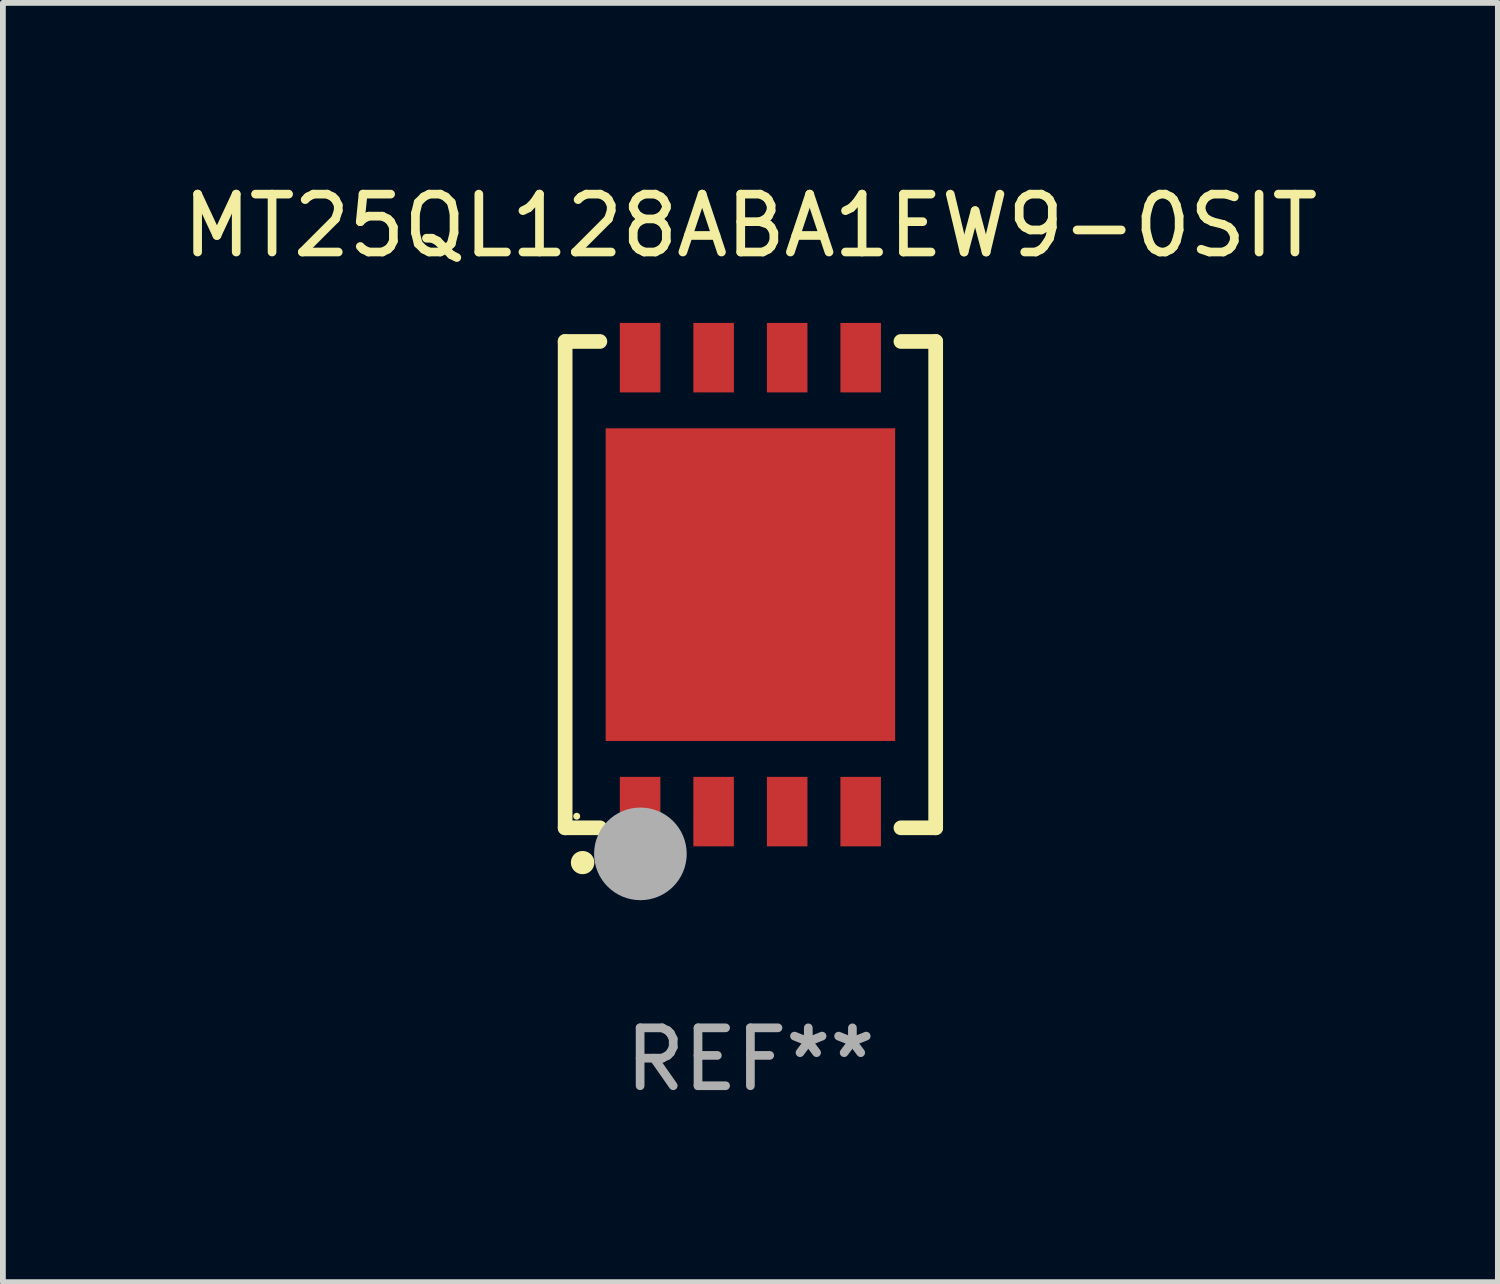
<source format=kicad_pcb>
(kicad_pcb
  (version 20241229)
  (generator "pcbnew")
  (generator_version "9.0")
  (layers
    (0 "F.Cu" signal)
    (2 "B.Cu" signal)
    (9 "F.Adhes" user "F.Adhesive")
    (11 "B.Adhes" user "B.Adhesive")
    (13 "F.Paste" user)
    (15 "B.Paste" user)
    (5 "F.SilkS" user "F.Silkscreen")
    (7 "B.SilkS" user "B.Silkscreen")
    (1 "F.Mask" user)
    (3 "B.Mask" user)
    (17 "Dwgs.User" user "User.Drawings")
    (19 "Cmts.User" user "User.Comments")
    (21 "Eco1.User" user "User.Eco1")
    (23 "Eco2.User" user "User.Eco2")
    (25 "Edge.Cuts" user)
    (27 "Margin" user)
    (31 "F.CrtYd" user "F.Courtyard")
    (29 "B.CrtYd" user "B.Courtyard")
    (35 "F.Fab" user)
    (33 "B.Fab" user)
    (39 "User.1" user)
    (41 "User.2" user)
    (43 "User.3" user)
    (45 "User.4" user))
  (footprint "MT25QL128ABA1EW9-0SIT"
    (layer "F.Cu")
    (at 9.911 7.048)
    (property "Reference" "MT25QL128ABA1EW9-0SIT" (at 0 -6.2 0) (layer "F.SilkS") (effects (font (size 1 1) (thickness 0.15))))
    (attr through_hole)
    (fp_line (start -3.2 -4.2) (end -2.6 -4.2) (stroke (width 0.254) (type solid)) (layer "F.SilkS"))
    (fp_line (start -3.2 4.2) (end -3.2 -4.2) (stroke (width 0.254) (type solid)) (layer "F.SilkS"))
    (fp_line (start -2.6 4.2) (end -3.2 4.2) (stroke (width 0.254) (type solid)) (layer "F.SilkS"))
    (fp_line (start 2.6 -4.2) (end 3.2 -4.2) (stroke (width 0.254) (type solid)) (layer "F.SilkS"))
    (fp_line (start 3.2 -4.2) (end 3.2 4.2) (stroke (width 0.254) (type solid)) (layer "F.SilkS"))
    (fp_line (start 3.2 4.2) (end 2.6 4.2) (stroke (width 0.254) (type solid)) (layer "F.SilkS"))
    (fp_arc (start -2.900699 4.80061) (mid -2.898159 4.800594) (end -2.895619 4.80061) (stroke (width 0.4) (type solid)) (layer "F.SilkS"))
    (fp_circle (center -3 4) (end -2.97 4) (stroke (width 0.06) (type solid)) (fill no) (layer "F.SilkS"))
    (fp_circle (center -1.9 4.65) (end -1.5 4.65) (stroke (width 0.8) (type solid)) (fill no) (layer "F.Fab"))
    (fp_text user "REF**" (at 0 8.2 0) (layer "F.Fab") (effects (font (size 1 1) (thickness 0.15))))
    (pad "1" smd rect (at -1.905 3.92 90) (size 1.2 0.7) (layers "F.Cu" "F.Mask" "F.Paste"))
    (pad "2" smd rect (at -0.635 3.92 90) (size 1.2 0.7) (layers "F.Cu" "F.Mask" "F.Paste"))
    (pad "3" smd rect (at 0.635 3.92 90) (size 1.2 0.7) (layers "F.Cu" "F.Mask" "F.Paste"))
    (pad "4" smd rect (at 1.905 3.92 90) (size 1.2 0.7) (layers "F.Cu" "F.Mask" "F.Paste"))
    (pad "5" smd rect (at 1.905 -3.92 90) (size 1.2 0.7) (layers "F.Cu" "F.Mask" "F.Paste"))
    (pad "6" smd rect (at 0.635 -3.92 90) (size 1.2 0.7) (layers "F.Cu" "F.Mask" "F.Paste"))
    (pad "7" smd rect (at -0.635 -3.92 90) (size 1.2 0.7) (layers "F.Cu" "F.Mask" "F.Paste"))
    (pad "8" smd rect (at -1.905 -3.92 90) (size 1.2 0.7) (layers "F.Cu" "F.Mask" "F.Paste"))
    (pad "9" smd rect (at -0.000038 -0.000076 90) (size 5.4 5) (layers "F.Cu" "F.Mask" "F.Paste")))
  (gr_rect
    (start -3 -3)
    (end 22.821 19.096)
    (stroke (width 0.1) (type default))
    (fill no)
    (layer "Edge.Cuts")))
</source>
